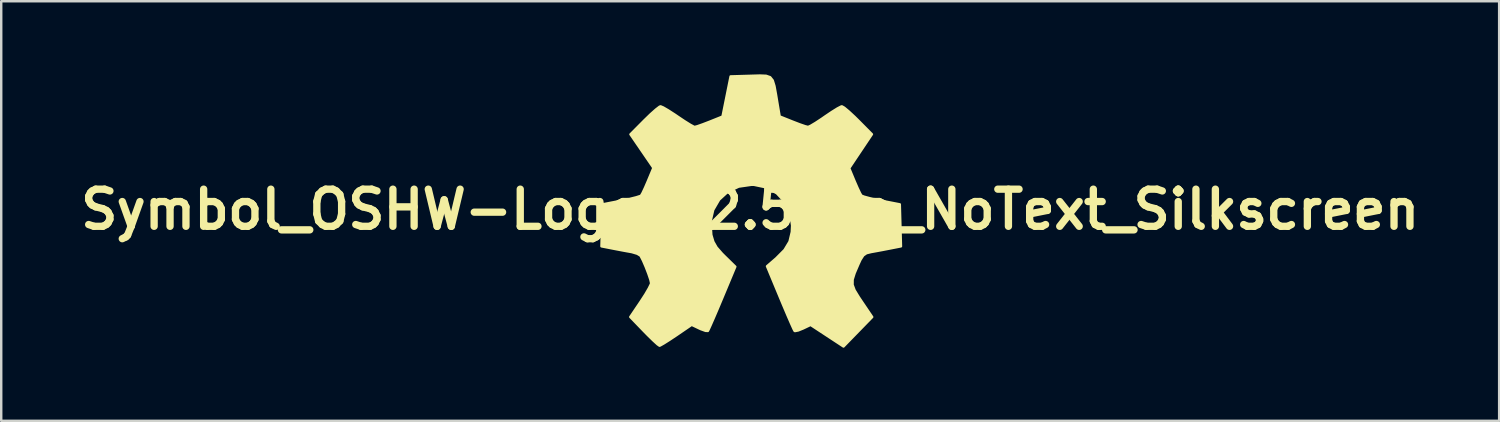
<source format=kicad_pcb>
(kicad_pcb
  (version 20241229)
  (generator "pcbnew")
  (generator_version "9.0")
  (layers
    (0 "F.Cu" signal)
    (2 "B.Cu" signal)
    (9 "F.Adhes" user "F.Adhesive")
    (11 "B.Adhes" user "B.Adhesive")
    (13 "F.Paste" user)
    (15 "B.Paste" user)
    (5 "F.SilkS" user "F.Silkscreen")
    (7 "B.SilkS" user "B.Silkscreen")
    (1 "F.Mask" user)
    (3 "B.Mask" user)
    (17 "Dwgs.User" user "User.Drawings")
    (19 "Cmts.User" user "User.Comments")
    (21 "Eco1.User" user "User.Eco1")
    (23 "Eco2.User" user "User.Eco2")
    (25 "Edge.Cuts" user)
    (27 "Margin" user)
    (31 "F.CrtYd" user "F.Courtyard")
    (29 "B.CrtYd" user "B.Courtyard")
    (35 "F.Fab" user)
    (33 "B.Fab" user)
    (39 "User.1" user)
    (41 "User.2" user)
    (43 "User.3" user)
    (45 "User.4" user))
  (footprint "Symbol_OSHW-Logo_12.5mm_NoText_Silkscreen"
    (layer "F.Cu")
    (at 27.73 5.546)
    (property "Reference" "Symbol_OSHW-Logo_12.5mm_NoText_Silkscreen" (at 0 0 0) (layer "F.SilkS") (effects (font (size 1.524 1.524) (thickness 0.3))))
    (attr through_hole)
    (fp_poly (pts (xy 6.186 1.511) (xy 5.739 1.599) (xy 5.408 1.663) (xy 5.083 1.723) (xy 4.965 1.744) (xy 4.77 1.792) (xy 4.64 1.883) (xy 4.527 2.059) (xy 4.438 2.252) (xy 4.283 2.614) (xy 4.202 2.876) (xy 4.2 3.089) (xy 4.281 3.308) (xy 4.451 3.587) (xy 4.57 3.765) (xy 5.006 4.411) (xy 4.417 5.016) (xy 3.828 5.621) (xy 3.152 5.177) (xy 2.477 4.734) (xy 2.171 4.88) (xy 1.968 4.962) (xy 1.837 4.987) (xy 1.82 4.981) (xy 1.775 4.892) (xy 1.676 4.673) (xy 1.536 4.351) (xy 1.367 3.953) (xy 1.233 3.633) (xy 0.69 2.328) (xy 1.067 2.002) (xy 1.409 1.658) (xy 1.615 1.315) (xy 1.708 0.923) (xy 1.721 0.659) (xy 1.644 0.141) (xy 1.428 -0.307) (xy 1.094 -0.664) (xy 0.664 -0.907) (xy 0.16 -1.013) (xy 0.056 -1.016) (xy -0.471 -0.94) (xy -0.92 -0.728) (xy -1.275 -0.402) (xy -1.518 0.016) (xy -1.631 0.504) (xy -1.596 1.04) (xy -1.593 1.052) (xy -1.513 1.321) (xy -1.38 1.555) (xy -1.157 1.81) (xy -1.056 1.911) (xy -0.611 2.346) (xy -1.152 3.642) (xy -1.335 4.077) (xy -1.497 4.455) (xy -1.626 4.749) (xy -1.71 4.933) (xy -1.737 4.982) (xy -1.833 4.977) (xy -2.02 4.91) (xy -2.09 4.878) (xy -2.401 4.73) (xy -3.029 5.159) (xy -3.315 5.349) (xy -3.548 5.496) (xy -3.693 5.578) (xy -3.72 5.588) (xy -3.802 5.531) (xy -3.971 5.377) (xy -4.2 5.153) (xy -4.351 4.999) (xy -4.92 4.409) (xy -4.492 3.775) (xy -4.301 3.48) (xy -4.155 3.228) (xy -4.073 3.059) (xy -4.064 3.021) (xy -4.096 2.876) (xy -4.177 2.636) (xy -4.284 2.358) (xy -4.395 2.1) (xy -4.487 1.92) (xy -4.505 1.893) (xy -4.631 1.815) (xy -4.848 1.75) (xy -4.893 1.741) (xy -5.167 1.692) (xy -5.503 1.628) (xy -5.654 1.599) (xy -6.102 1.511) (xy -6.078 0.65) (xy -6.054 -0.212) (xy -5.296 -0.36) (xy -4.955 -0.432) (xy -4.679 -0.5) (xy -4.51 -0.554) (xy -4.479 -0.571) (xy -4.417 -0.677) (xy -4.315 -0.893) (xy -4.195 -1.171) (xy -3.971 -1.708) (xy -4.442 -2.396) (xy -4.913 -3.084) (xy -4.342 -3.659) (xy -4.087 -3.907) (xy -3.869 -4.101) (xy -3.721 -4.215) (xy -3.679 -4.233) (xy -3.571 -4.188) (xy -3.363 -4.067) (xy -3.092 -3.892) (xy -2.972 -3.81) (xy -2.688 -3.62) (xy -2.454 -3.474) (xy -2.307 -3.395) (xy -2.28 -3.387) (xy -2.167 -3.416) (xy -1.946 -3.494) (xy -1.669 -3.6) (xy -1.136 -3.814) (xy -0.97 -4.637) (xy -0.804 -5.461) (xy 0.022 -5.485) (xy 0.396 -5.496) (xy 0.653 -5.486) (xy 0.819 -5.428) (xy 0.924 -5.297) (xy 0.995 -5.065) (xy 1.06 -4.707) (xy 1.099 -4.471) (xy 1.208 -3.819) (xy 1.748 -3.603) (xy 2.032 -3.494) (xy 2.257 -3.416) (xy 2.375 -3.387) (xy 2.479 -3.433) (xy 2.684 -3.555) (xy 2.951 -3.731) (xy 3.064 -3.81) (xy 3.347 -4.001) (xy 3.583 -4.148) (xy 3.734 -4.226) (xy 3.762 -4.233) (xy 3.859 -4.177) (xy 4.043 -4.024) (xy 4.281 -3.803) (xy 4.426 -3.66) (xy 4.994 -3.087) (xy 4.528 -2.391) (xy 4.062 -1.694) (xy 4.282 -1.165) (xy 4.403 -0.887) (xy 4.504 -0.673) (xy 4.563 -0.571) (xy 4.668 -0.528) (xy 4.899 -0.465) (xy 5.214 -0.393) (xy 5.381 -0.36) (xy 6.138 -0.212) (xy 6.162 0.65) (xy 6.186 1.511)) (stroke (width 0.1) (type solid)) (fill yes) (layer "F.SilkS")))
  (gr_rect
    (start -3 -3)
    (end 58.459 14.217)
    (stroke (width 0.1) (type default))
    (fill no)
    (layer "Edge.Cuts")))
</source>
